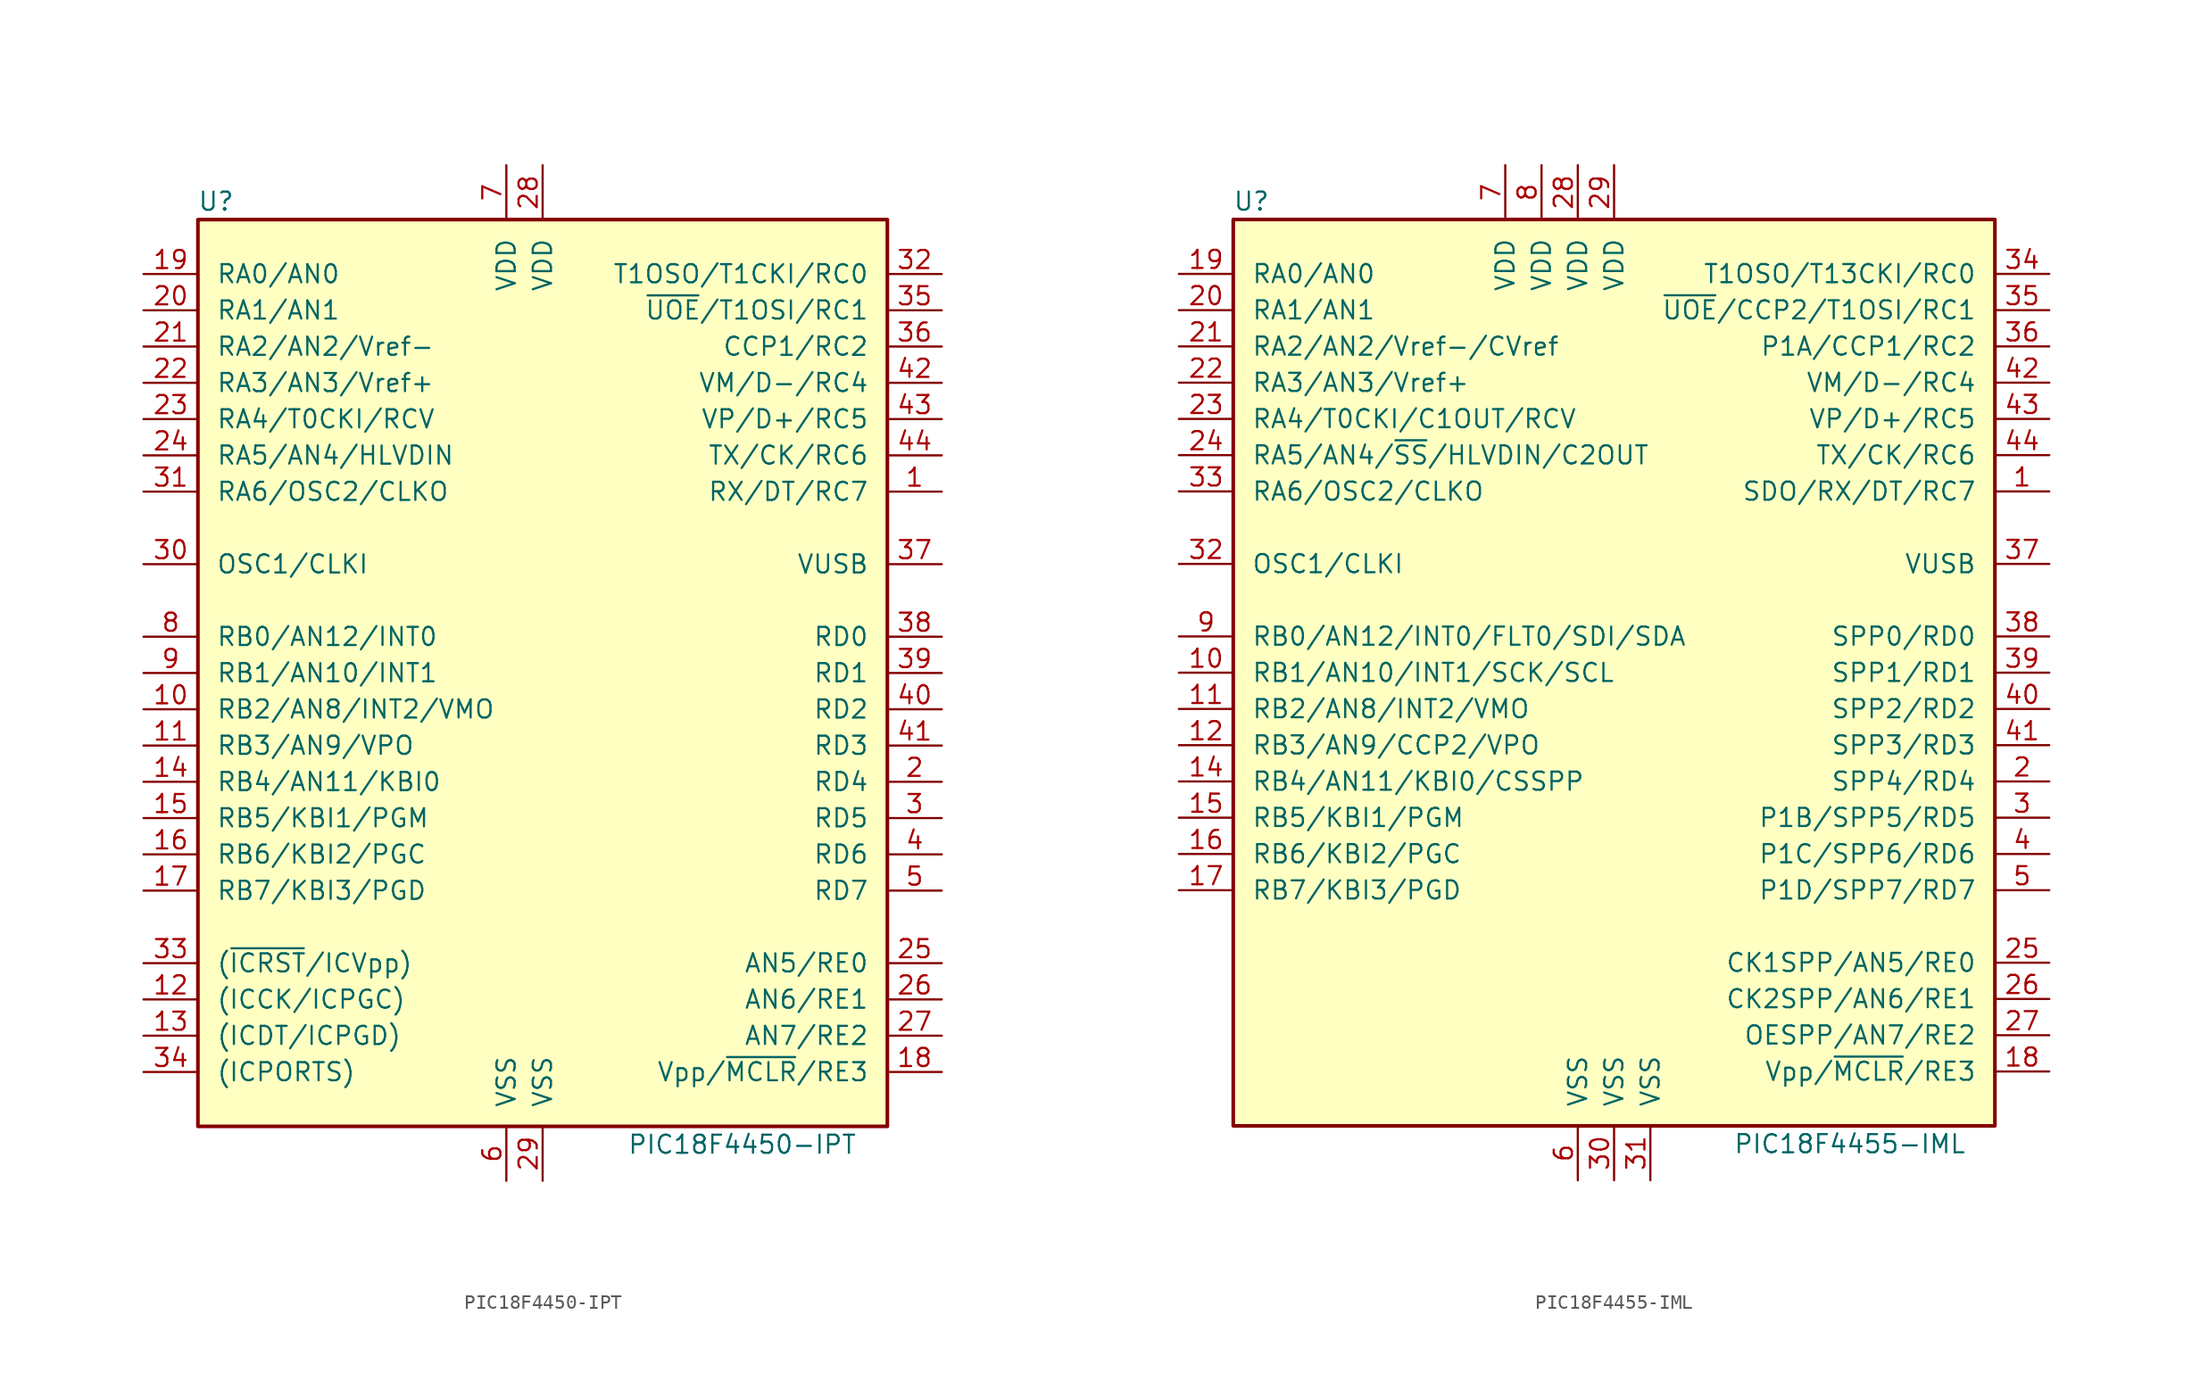
<source format=kicad_sym>
(kicad_symbol_lib
  (version 20211014)
  (generator kicad_symbol_editor)
  (symbol "PIC18F4450-IPT"
    (pin_names
      (offset 1.27))
    (property "Reference" "U"
      (at -22.86 33.02 0)
      (effects (font (size 1.27 1.27))))
    (property "Value" "PIC18F4450-IPT"
      (at 13.97 -33.02 0)
      (effects (font (size 1.27 1.27))))
    (symbol "PIC18F4450-IPT_0_1"
      (rectangle (start -24.13 31.75) (end 24.13 -31.75) (stroke (width 0.254) (type default) (color 0 0 0 0)) (fill (type background))))
    (symbol "PIC18F4450-IPT_1_1"
      (pin bidirectional line (at 27.94 12.7 180) (length 3.81) (name "RX/DT/RC7" (effects (font (size 1.27 1.27)))) (number "1" (effects (font (size 1.27 1.27)))))
      (pin bidirectional line (at -27.94 -2.54 0) (length 3.81) (name "RB2/AN8/INT2/VMO" (effects (font (size 1.27 1.27)))) (number "10" (effects (font (size 1.27 1.27)))))
      (pin bidirectional line (at -27.94 -5.08 0) (length 3.81) (name "RB3/AN9/VPO" (effects (font (size 1.27 1.27)))) (number "11" (effects (font (size 1.27 1.27)))))
      (pin bidirectional line (at -27.94 -22.86 0) (length 3.81) (name "(ICCK/ICPGC)" (effects (font (size 1.27 1.27)))) (number "12" (effects (font (size 1.27 1.27)))))
      (pin bidirectional line (at -27.94 -25.4 0) (length 3.81) (name "(ICDT/ICPGD)" (effects (font (size 1.27 1.27)))) (number "13" (effects (font (size 1.27 1.27)))))
      (pin bidirectional line (at -27.94 -7.62 0) (length 3.81) (name "RB4/AN11/KBI0" (effects (font (size 1.27 1.27)))) (number "14" (effects (font (size 1.27 1.27)))))
      (pin bidirectional line (at -27.94 -10.16 0) (length 3.81) (name "RB5/KBI1/PGM" (effects (font (size 1.27 1.27)))) (number "15" (effects (font (size 1.27 1.27)))))
      (pin bidirectional line (at -27.94 -12.7 0) (length 3.81) (name "RB6/KBI2/PGC" (effects (font (size 1.27 1.27)))) (number "16" (effects (font (size 1.27 1.27)))))
      (pin bidirectional line (at -27.94 -15.24 0) (length 3.81) (name "RB7/KBI3/PGD" (effects (font (size 1.27 1.27)))) (number "17" (effects (font (size 1.27 1.27)))))
      (pin input line (at 27.94 -27.94 180) (length 3.81) (name "Vpp/~{MCLR}/RE3" (effects (font (size 1.27 1.27)))) (number "18" (effects (font (size 1.27 1.27)))))
      (pin bidirectional line (at -27.94 27.94 0) (length 3.81) (name "RA0/AN0" (effects (font (size 1.27 1.27)))) (number "19" (effects (font (size 1.27 1.27)))))
      (pin bidirectional line (at 27.94 -7.62 180) (length 3.81) (name "RD4" (effects (font (size 1.27 1.27)))) (number "2" (effects (font (size 1.27 1.27)))))
      (pin bidirectional line (at -27.94 25.4 0) (length 3.81) (name "RA1/AN1" (effects (font (size 1.27 1.27)))) (number "20" (effects (font (size 1.27 1.27)))))
      (pin bidirectional line (at -27.94 22.86 0) (length 3.81) (name "RA2/AN2/Vref-" (effects (font (size 1.27 1.27)))) (number "21" (effects (font (size 1.27 1.27)))))
      (pin bidirectional line (at -27.94 20.32 0) (length 3.81) (name "RA3/AN3/Vref+" (effects (font (size 1.27 1.27)))) (number "22" (effects (font (size 1.27 1.27)))))
      (pin bidirectional line (at -27.94 17.78 0) (length 3.81) (name "RA4/T0CKI/RCV" (effects (font (size 1.27 1.27)))) (number "23" (effects (font (size 1.27 1.27)))))
      (pin bidirectional line (at -27.94 15.24 0) (length 3.81) (name "RA5/AN4/HLVDIN" (effects (font (size 1.27 1.27)))) (number "24" (effects (font (size 1.27 1.27)))))
      (pin bidirectional line (at 27.94 -20.32 180) (length 3.81) (name "AN5/RE0" (effects (font (size 1.27 1.27)))) (number "25" (effects (font (size 1.27 1.27)))))
      (pin bidirectional line (at 27.94 -22.86 180) (length 3.81) (name "AN6/RE1" (effects (font (size 1.27 1.27)))) (number "26" (effects (font (size 1.27 1.27)))))
      (pin bidirectional line (at 27.94 -25.4 180) (length 3.81) (name "AN7/RE2" (effects (font (size 1.27 1.27)))) (number "27" (effects (font (size 1.27 1.27)))))
      (pin power_in line (at 0 35.56 270) (length 3.81) (name "VDD" (effects (font (size 1.27 1.27)))) (number "28" (effects (font (size 1.27 1.27)))))
      (pin power_in line (at 0 -35.56 90) (length 3.81) (name "VSS" (effects (font (size 1.27 1.27)))) (number "29" (effects (font (size 1.27 1.27)))))
      (pin bidirectional line (at 27.94 -10.16 180) (length 3.81) (name "RD5" (effects (font (size 1.27 1.27)))) (number "3" (effects (font (size 1.27 1.27)))))
      (pin input line (at -27.94 7.62 0) (length 3.81) (name "OSC1/CLKI" (effects (font (size 1.27 1.27)))) (number "30" (effects (font (size 1.27 1.27)))))
      (pin output line (at -27.94 12.7 0) (length 3.81) (name "RA6/OSC2/CLKO" (effects (font (size 1.27 1.27)))) (number "31" (effects (font (size 1.27 1.27)))))
      (pin bidirectional line (at 27.94 27.94 180) (length 3.81) (name "T1OSO/T1CKI/RC0" (effects (font (size 1.27 1.27)))) (number "32" (effects (font (size 1.27 1.27)))))
      (pin input line (at -27.94 -20.32 0) (length 3.81) (name "(~{ICRST}/ICVpp)" (effects (font (size 1.27 1.27)))) (number "33" (effects (font (size 1.27 1.27)))))
      (pin bidirectional line (at -27.94 -27.94 0) (length 3.81) (name "(ICPORTS)" (effects (font (size 1.27 1.27)))) (number "34" (effects (font (size 1.27 1.27)))))
      (pin bidirectional line (at 27.94 25.4 180) (length 3.81) (name "~{UOE}/T1OSI/RC1" (effects (font (size 1.27 1.27)))) (number "35" (effects (font (size 1.27 1.27)))))
      (pin bidirectional line (at 27.94 22.86 180) (length 3.81) (name "CCP1/RC2" (effects (font (size 1.27 1.27)))) (number "36" (effects (font (size 1.27 1.27)))))
      (pin bidirectional line (at 27.94 7.62 180) (length 3.81) (name "VUSB" (effects (font (size 1.27 1.27)))) (number "37" (effects (font (size 1.27 1.27)))))
      (pin bidirectional line (at 27.94 2.54 180) (length 3.81) (name "RD0" (effects (font (size 1.27 1.27)))) (number "38" (effects (font (size 1.27 1.27)))))
      (pin bidirectional line (at 27.94 0 180) (length 3.81) (name "RD1" (effects (font (size 1.27 1.27)))) (number "39" (effects (font (size 1.27 1.27)))))
      (pin bidirectional line (at 27.94 -12.7 180) (length 3.81) (name "RD6" (effects (font (size 1.27 1.27)))) (number "4" (effects (font (size 1.27 1.27)))))
      (pin bidirectional line (at 27.94 -2.54 180) (length 3.81) (name "RD2" (effects (font (size 1.27 1.27)))) (number "40" (effects (font (size 1.27 1.27)))))
      (pin bidirectional line (at 27.94 -5.08 180) (length 3.81) (name "RD3" (effects (font (size 1.27 1.27)))) (number "41" (effects (font (size 1.27 1.27)))))
      (pin bidirectional line (at 27.94 20.32 180) (length 3.81) (name "VM/D-/RC4" (effects (font (size 1.27 1.27)))) (number "42" (effects (font (size 1.27 1.27)))))
      (pin bidirectional line (at 27.94 17.78 180) (length 3.81) (name "VP/D+/RC5" (effects (font (size 1.27 1.27)))) (number "43" (effects (font (size 1.27 1.27)))))
      (pin bidirectional line (at 27.94 15.24 180) (length 3.81) (name "TX/CK/RC6" (effects (font (size 1.27 1.27)))) (number "44" (effects (font (size 1.27 1.27)))))
      (pin bidirectional line (at 27.94 -15.24 180) (length 3.81) (name "RD7" (effects (font (size 1.27 1.27)))) (number "5" (effects (font (size 1.27 1.27)))))
      (pin power_in line (at -2.54 -35.56 90) (length 3.81) (name "VSS" (effects (font (size 1.27 1.27)))) (number "6" (effects (font (size 1.27 1.27)))))
      (pin power_in line (at -2.54 35.56 270) (length 3.81) (name "VDD" (effects (font (size 1.27 1.27)))) (number "7" (effects (font (size 1.27 1.27)))))
      (pin bidirectional line (at -27.94 2.54 0) (length 3.81) (name "RB0/AN12/INT0" (effects (font (size 1.27 1.27)))) (number "8" (effects (font (size 1.27 1.27)))))
      (pin bidirectional line (at -27.94 0 0) (length 3.81) (name "RB1/AN10/INT1" (effects (font (size 1.27 1.27)))) (number "9" (effects (font (size 1.27 1.27)))))))
  (symbol "PIC18F4455-IML"
    (pin_names
      (offset 1.27))
    (property "Reference" "U"
      (at -25.4 33.02 0)
      (effects (font (size 1.27 1.27))))
    (property "Value" "PIC18F4455-IML"
      (at 16.51 -33.02 0)
      (effects (font (size 1.27 1.27))))
    (symbol "PIC18F4455-IML_0_1"
      (rectangle (start -26.67 31.75) (end 26.67 -31.75) (stroke (width 0.254) (type default) (color 0 0 0 0)) (fill (type background))))
    (symbol "PIC18F4455-IML_1_1"
      (pin bidirectional line (at 30.48 12.7 180) (length 3.81) (name "SDO/RX/DT/RC7" (effects (font (size 1.27 1.27)))) (number "1" (effects (font (size 1.27 1.27)))))
      (pin bidirectional line (at -30.48 0 0) (length 3.81) (name "RB1/AN10/INT1/SCK/SCL" (effects (font (size 1.27 1.27)))) (number "10" (effects (font (size 1.27 1.27)))))
      (pin bidirectional line (at -30.48 -2.54 0) (length 3.81) (name "RB2/AN8/INT2/VMO" (effects (font (size 1.27 1.27)))) (number "11" (effects (font (size 1.27 1.27)))))
      (pin bidirectional line (at -30.48 -5.08 0) (length 3.81) (name "RB3/AN9/CCP2/VPO" (effects (font (size 1.27 1.27)))) (number "12" (effects (font (size 1.27 1.27)))))
      (pin no_connect line (at -7.62 -35.56 90) (length 3.81) hide (name "NC" (effects (font (size 1.27 1.27)))) (number "13" (effects (font (size 1.27 1.27)))))
      (pin bidirectional line (at -30.48 -7.62 0) (length 3.81) (name "RB4/AN11/KBI0/CSSPP" (effects (font (size 1.27 1.27)))) (number "14" (effects (font (size 1.27 1.27)))))
      (pin bidirectional line (at -30.48 -10.16 0) (length 3.81) (name "RB5/KBI1/PGM" (effects (font (size 1.27 1.27)))) (number "15" (effects (font (size 1.27 1.27)))))
      (pin bidirectional line (at -30.48 -12.7 0) (length 3.81) (name "RB6/KBI2/PGC" (effects (font (size 1.27 1.27)))) (number "16" (effects (font (size 1.27 1.27)))))
      (pin bidirectional line (at -30.48 -15.24 0) (length 3.81) (name "RB7/KBI3/PGD" (effects (font (size 1.27 1.27)))) (number "17" (effects (font (size 1.27 1.27)))))
      (pin input line (at 30.48 -27.94 180) (length 3.81) (name "Vpp/~{MCLR}/RE3" (effects (font (size 1.27 1.27)))) (number "18" (effects (font (size 1.27 1.27)))))
      (pin bidirectional line (at -30.48 27.94 0) (length 3.81) (name "RA0/AN0" (effects (font (size 1.27 1.27)))) (number "19" (effects (font (size 1.27 1.27)))))
      (pin bidirectional line (at 30.48 -7.62 180) (length 3.81) (name "SPP4/RD4" (effects (font (size 1.27 1.27)))) (number "2" (effects (font (size 1.27 1.27)))))
      (pin bidirectional line (at -30.48 25.4 0) (length 3.81) (name "RA1/AN1" (effects (font (size 1.27 1.27)))) (number "20" (effects (font (size 1.27 1.27)))))
      (pin bidirectional line (at -30.48 22.86 0) (length 3.81) (name "RA2/AN2/Vref-/CVref" (effects (font (size 1.27 1.27)))) (number "21" (effects (font (size 1.27 1.27)))))
      (pin bidirectional line (at -30.48 20.32 0) (length 3.81) (name "RA3/AN3/Vref+" (effects (font (size 1.27 1.27)))) (number "22" (effects (font (size 1.27 1.27)))))
      (pin bidirectional line (at -30.48 17.78 0) (length 3.81) (name "RA4/T0CKI/C1OUT/RCV" (effects (font (size 1.27 1.27)))) (number "23" (effects (font (size 1.27 1.27)))))
      (pin bidirectional line (at -30.48 15.24 0) (length 3.81) (name "RA5/AN4/~{SS}/HLVDIN/C2OUT" (effects (font (size 1.27 1.27)))) (number "24" (effects (font (size 1.27 1.27)))))
      (pin bidirectional line (at 30.48 -20.32 180) (length 3.81) (name "CK1SPP/AN5/RE0" (effects (font (size 1.27 1.27)))) (number "25" (effects (font (size 1.27 1.27)))))
      (pin bidirectional line (at 30.48 -22.86 180) (length 3.81) (name "CK2SPP/AN6/RE1" (effects (font (size 1.27 1.27)))) (number "26" (effects (font (size 1.27 1.27)))))
      (pin bidirectional line (at 30.48 -25.4 180) (length 3.81) (name "OESPP/AN7/RE2" (effects (font (size 1.27 1.27)))) (number "27" (effects (font (size 1.27 1.27)))))
      (pin power_in line (at -2.54 35.56 270) (length 3.81) (name "VDD" (effects (font (size 1.27 1.27)))) (number "28" (effects (font (size 1.27 1.27)))))
      (pin power_in line (at 0 35.56 270) (length 3.81) (name "VDD" (effects (font (size 1.27 1.27)))) (number "29" (effects (font (size 1.27 1.27)))))
      (pin bidirectional line (at 30.48 -10.16 180) (length 3.81) (name "P1B/SPP5/RD5" (effects (font (size 1.27 1.27)))) (number "3" (effects (font (size 1.27 1.27)))))
      (pin power_in line (at 0 -35.56 90) (length 3.81) (name "VSS" (effects (font (size 1.27 1.27)))) (number "30" (effects (font (size 1.27 1.27)))))
      (pin power_in line (at 2.54 -35.56 90) (length 3.81) (name "VSS" (effects (font (size 1.27 1.27)))) (number "31" (effects (font (size 1.27 1.27)))))
      (pin input line (at -30.48 7.62 0) (length 3.81) (name "OSC1/CLKI" (effects (font (size 1.27 1.27)))) (number "32" (effects (font (size 1.27 1.27)))))
      (pin output line (at -30.48 12.7 0) (length 3.81) (name "RA6/OSC2/CLKO" (effects (font (size 1.27 1.27)))) (number "33" (effects (font (size 1.27 1.27)))))
      (pin bidirectional line (at 30.48 27.94 180) (length 3.81) (name "T1OSO/T13CKI/RC0" (effects (font (size 1.27 1.27)))) (number "34" (effects (font (size 1.27 1.27)))))
      (pin bidirectional line (at 30.48 25.4 180) (length 3.81) (name "~{UOE}/CCP2/T1OSI/RC1" (effects (font (size 1.27 1.27)))) (number "35" (effects (font (size 1.27 1.27)))))
      (pin bidirectional line (at 30.48 22.86 180) (length 3.81) (name "P1A/CCP1/RC2" (effects (font (size 1.27 1.27)))) (number "36" (effects (font (size 1.27 1.27)))))
      (pin bidirectional line (at 30.48 7.62 180) (length 3.81) (name "VUSB" (effects (font (size 1.27 1.27)))) (number "37" (effects (font (size 1.27 1.27)))))
      (pin bidirectional line (at 30.48 2.54 180) (length 3.81) (name "SPP0/RD0" (effects (font (size 1.27 1.27)))) (number "38" (effects (font (size 1.27 1.27)))))
      (pin bidirectional line (at 30.48 0 180) (length 3.81) (name "SPP1/RD1" (effects (font (size 1.27 1.27)))) (number "39" (effects (font (size 1.27 1.27)))))
      (pin bidirectional line (at 30.48 -12.7 180) (length 3.81) (name "P1C/SPP6/RD6" (effects (font (size 1.27 1.27)))) (number "4" (effects (font (size 1.27 1.27)))))
      (pin bidirectional line (at 30.48 -2.54 180) (length 3.81) (name "SPP2/RD2" (effects (font (size 1.27 1.27)))) (number "40" (effects (font (size 1.27 1.27)))))
      (pin bidirectional line (at 30.48 -5.08 180) (length 3.81) (name "SPP3/RD3" (effects (font (size 1.27 1.27)))) (number "41" (effects (font (size 1.27 1.27)))))
      (pin bidirectional line (at 30.48 20.32 180) (length 3.81) (name "VM/D-/RC4" (effects (font (size 1.27 1.27)))) (number "42" (effects (font (size 1.27 1.27)))))
      (pin bidirectional line (at 30.48 17.78 180) (length 3.81) (name "VP/D+/RC5" (effects (font (size 1.27 1.27)))) (number "43" (effects (font (size 1.27 1.27)))))
      (pin bidirectional line (at 30.48 15.24 180) (length 3.81) (name "TX/CK/RC6" (effects (font (size 1.27 1.27)))) (number "44" (effects (font (size 1.27 1.27)))))
      (pin bidirectional line (at 30.48 -15.24 180) (length 3.81) (name "P1D/SPP7/RD7" (effects (font (size 1.27 1.27)))) (number "5" (effects (font (size 1.27 1.27)))))
      (pin power_in line (at -2.54 -35.56 90) (length 3.81) (name "VSS" (effects (font (size 1.27 1.27)))) (number "6" (effects (font (size 1.27 1.27)))))
      (pin power_in line (at -7.62 35.56 270) (length 3.81) (name "VDD" (effects (font (size 1.27 1.27)))) (number "7" (effects (font (size 1.27 1.27)))))
      (pin power_in line (at -5.08 35.56 270) (length 3.81) (name "VDD" (effects (font (size 1.27 1.27)))) (number "8" (effects (font (size 1.27 1.27)))))
      (pin bidirectional line (at -30.48 2.54 0) (length 3.81) (name "RB0/AN12/INT0/FLT0/SDI/SDA" (effects (font (size 1.27 1.27)))) (number "9" (effects (font (size 1.27 1.27))))))))
</source>
